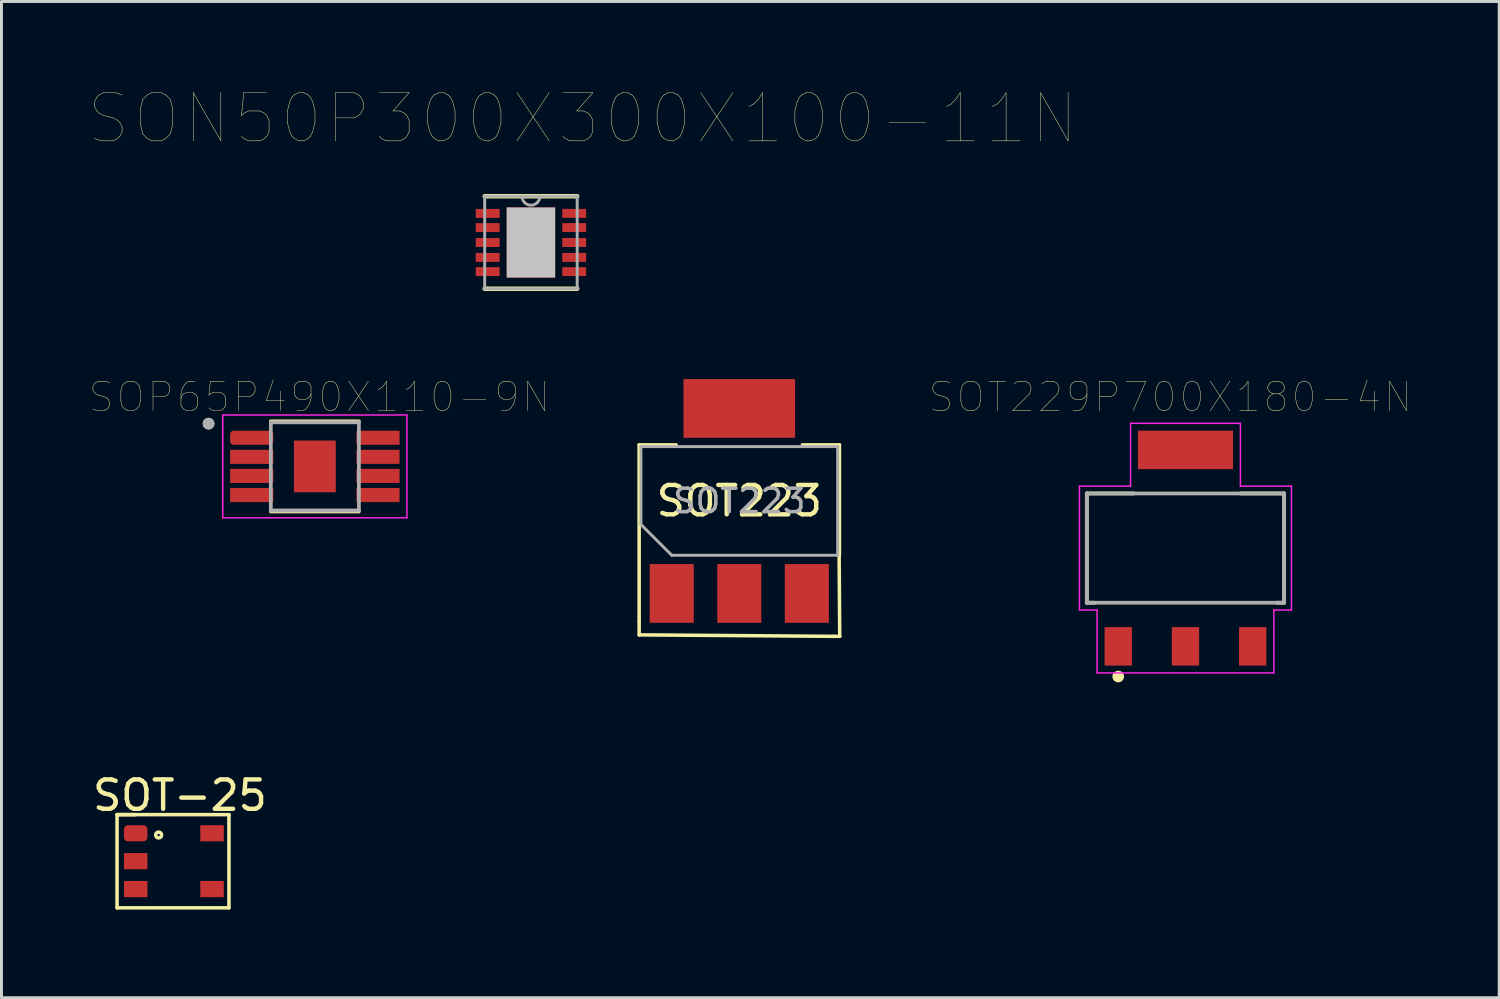
<source format=kicad_pcb>
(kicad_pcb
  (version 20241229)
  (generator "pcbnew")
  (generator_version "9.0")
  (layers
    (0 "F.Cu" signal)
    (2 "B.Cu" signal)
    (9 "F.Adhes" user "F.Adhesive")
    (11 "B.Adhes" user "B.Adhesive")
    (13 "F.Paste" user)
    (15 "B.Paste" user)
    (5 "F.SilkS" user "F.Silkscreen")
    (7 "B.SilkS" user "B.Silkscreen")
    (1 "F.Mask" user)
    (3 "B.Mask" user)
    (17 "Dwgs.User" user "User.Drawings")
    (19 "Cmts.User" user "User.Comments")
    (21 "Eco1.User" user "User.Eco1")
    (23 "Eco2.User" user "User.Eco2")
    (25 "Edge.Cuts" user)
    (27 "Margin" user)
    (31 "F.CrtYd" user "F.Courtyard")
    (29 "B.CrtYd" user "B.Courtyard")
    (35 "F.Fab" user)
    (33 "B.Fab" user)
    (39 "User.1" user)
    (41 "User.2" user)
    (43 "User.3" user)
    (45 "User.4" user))
  (footprint "SOP65P490X110-9N"
    (layer "F.Cu")
    (at 7.672 12.832)
    (property "Reference" "SOP65P490X110-9N" (at 0.155 -2.362 0) (layer "F.SilkS") (effects (font (size 1 1) (thickness 0.015))))
    (attr through_hole)
    (fp_line (start -1.5 -1.535) (end 1.5 -1.535) (stroke (width 0.127) (type solid)) (layer "F.SilkS"))
    (fp_line (start -1.5 1.535) (end 1.5 1.535) (stroke (width 0.127) (type solid)) (layer "F.SilkS"))
    (fp_circle (center -3.62 -1.455) (end -3.52 -1.455) (stroke (width 0.2) (type solid)) (fill no) (layer "F.SilkS"))
    (fp_poly (pts (xy -0.356 -0.44) (xy 0.356 -0.44) (xy 0.356 0.44) (xy -0.356 0.44)) (stroke (width 0.01) (type solid)) (fill yes) (layer "F.Paste"))
    (fp_line (start -3.135 -1.75) (end -3.135 1.75) (stroke (width 0.05) (type solid)) (layer "F.CrtYd"))
    (fp_line (start -3.135 -1.75) (end 3.135 -1.75) (stroke (width 0.05) (type solid)) (layer "F.CrtYd"))
    (fp_line (start -3.135 1.75) (end 3.135 1.75) (stroke (width 0.05) (type solid)) (layer "F.CrtYd"))
    (fp_line (start 3.135 -1.75) (end 3.135 1.75) (stroke (width 0.05) (type solid)) (layer "F.CrtYd"))
    (fp_line (start -1.5 -1.5) (end -1.5 1.5) (stroke (width 0.127) (type solid)) (layer "F.Fab"))
    (fp_line (start -1.5 -1.5) (end 1.5 -1.5) (stroke (width 0.127) (type solid)) (layer "F.Fab"))
    (fp_line (start -1.5 1.5) (end 1.5 1.5) (stroke (width 0.127) (type solid)) (layer "F.Fab"))
    (fp_line (start 1.5 -1.5) (end 1.5 1.5) (stroke (width 0.127) (type solid)) (layer "F.Fab"))
    (fp_circle (center -3.62 -1.455) (end -3.52 -1.455) (stroke (width 0.2) (type solid)) (fill no) (layer "F.Fab"))
    (pad "1" smd roundrect (at -2.15 -0.975) (size 1.47 0.48) (layers "F.Cu" "F.Mask" "F.Paste") (roundrect_rratio 0.25))
    (pad "2" smd rect (at -2.15 -0.325) (size 1.47 0.48) (layers "F.Cu" "F.Mask" "F.Paste"))
    (pad "3" smd rect (at -2.15 0.325) (size 1.47 0.48) (layers "F.Cu" "F.Mask" "F.Paste"))
    (pad "4" smd rect (at -2.15 0.975) (size 1.47 0.48) (layers "F.Cu" "F.Mask" "F.Paste"))
    (pad "5" smd rect (at 2.15 0.975) (size 1.47 0.48) (layers "F.Cu" "F.Mask" "F.Paste"))
    (pad "6" smd rect (at 2.15 0.325) (size 1.47 0.48) (layers "F.Cu" "F.Mask" "F.Paste"))
    (pad "7" smd rect (at 2.15 -0.325) (size 1.47 0.48) (layers "F.Cu" "F.Mask" "F.Paste"))
    (pad "8" smd rect (at 2.15 -0.975) (size 1.47 0.48) (layers "F.Cu" "F.Mask" "F.Paste"))
    (pad "9" smd rect (at 0 0) (size 1.425 1.76) (layers "F.Cu" "F.Mask")))
  (footprint "SOT223"
    (layer "F.Cu")
    (at 22.125 14.009)
    (property "Reference" "SOT223" (at 0 0 0) (layer "F.SilkS") (effects (font (size 1 1) (thickness 0.15))))
    (fp_line (start -3.41 -1.91) (end -2.15 -1.91) (stroke (width 0.12) (type solid)) (layer "F.SilkS"))
    (fp_line (start -3.41 4.1) (end -3.41 -1.91) (stroke (width 0.12) (type solid)) (layer "F.SilkS"))
    (fp_line (start -3.41 4.11) (end -3.41 4.56) (stroke (width 0.12) (type solid)) (layer "F.SilkS"))
    (fp_line (start -3.41 4.56) (end 3.23 4.61) (stroke (width 0.12) (type solid)) (layer "F.SilkS"))
    (fp_line (start 3.4 1.85) (end 3.42 4.61) (stroke (width 0.12) (type solid)) (layer "F.SilkS"))
    (fp_line (start 3.41 -1.91) (end 2.15 -1.91) (stroke (width 0.12) (type solid)) (layer "F.SilkS"))
    (fp_line (start 3.41 1.85) (end 3.41 -1.91) (stroke (width 0.12) (type solid)) (layer "F.SilkS"))
    (fp_line (start 3.42 4.61) (end 3.23 4.61) (stroke (width 0.12) (type solid)) (layer "F.SilkS"))
    (fp_line (start -3.35 -1.85) (end 3.35 -1.85) (stroke (width 0.1) (type solid)) (layer "F.Fab"))
    (fp_line (start -3.35 0.8) (end -3.35 -1.85) (stroke (width 0.1) (type solid)) (layer "F.Fab"))
    (fp_line (start -2.3 1.85) (end -3.35 0.8) (stroke (width 0.1) (type solid)) (layer "F.Fab"))
    (fp_line (start -2.3 1.85) (end 3.35 1.85) (stroke (width 0.1) (type solid)) (layer "F.Fab"))
    (fp_line (start 3.35 1.85) (end 3.35 -1.85) (stroke (width 0.1) (type solid)) (layer "F.Fab"))
    (fp_text user "${REFERENCE}" (at 0 0 180) (layer "F.Fab") (effects (font (size 0.8 0.8) (thickness 0.12))))
    (pad "1" smd rect (at -2.3 3.15 90) (size 2 1.5) (layers "F.Cu" "F.Mask" "F.Paste"))
    (pad "2" smd rect (at 0 3.15 90) (size 2 1.5) (layers "F.Cu" "F.Mask" "F.Paste"))
    (pad "3" smd rect (at 2.3 3.15 90) (size 2 1.5) (layers "F.Cu" "F.Mask" "F.Paste"))
    (pad "4" smd rect (at 0 -3.15 90) (size 2 3.8) (layers "F.Cu" "F.Mask" "F.Paste")))
  (footprint "SOT229P700X180-4N"
    (layer "F.Cu")
    (at 37.319 15.615)
    (property "Reference" "SOT229P700X180-4N" (at -0.516 -5.144 0) (layer "F.SilkS") (effects (font (size 1.002 1.002) (thickness 0.015))))
    (attr through_hole)
    (fp_line (start -3.36 1.86) (end -3.36 -1.86) (stroke (width 0.127) (type solid)) (layer "F.SilkS"))
    (fp_line (start -3.36 1.86) (end -3.1 1.86) (stroke (width 0.127) (type solid)) (layer "F.SilkS"))
    (fp_line (start -1.76 -1.86) (end -3.36 -1.86) (stroke (width 0.127) (type solid)) (layer "F.SilkS"))
    (fp_line (start 3.11 1.86) (end 3.36 1.86) (stroke (width 0.127) (type solid)) (layer "F.SilkS"))
    (fp_line (start 3.36 -1.86) (end 1.87 -1.86) (stroke (width 0.127) (type solid)) (layer "F.SilkS"))
    (fp_line (start 3.36 1.86) (end 3.36 -1.86) (stroke (width 0.127) (type solid)) (layer "F.SilkS"))
    (fp_circle (center -2.29 4.373) (end -2.19 4.373) (stroke (width 0.2) (type solid)) (fill no) (layer "F.SilkS"))
    (fp_line (start -3.61 -2.11) (end -3.61 2.11) (stroke (width 0.05) (type solid)) (layer "F.CrtYd"))
    (fp_line (start -3.61 2.11) (end -3.01 2.11) (stroke (width 0.05) (type solid)) (layer "F.CrtYd"))
    (fp_line (start -3.01 2.11) (end -3.01 4.25) (stroke (width 0.05) (type solid)) (layer "F.CrtYd"))
    (fp_line (start -3.01 4.25) (end 3.01 4.25) (stroke (width 0.05) (type solid)) (layer "F.CrtYd"))
    (fp_line (start -1.87 -4.25) (end -1.87 -2.11) (stroke (width 0.05) (type solid)) (layer "F.CrtYd"))
    (fp_line (start -1.87 -2.11) (end -3.61 -2.11) (stroke (width 0.05) (type solid)) (layer "F.CrtYd"))
    (fp_line (start 1.87 -4.25) (end -1.87 -4.25) (stroke (width 0.05) (type solid)) (layer "F.CrtYd"))
    (fp_line (start 1.87 -2.11) (end 1.87 -4.25) (stroke (width 0.05) (type solid)) (layer "F.CrtYd"))
    (fp_line (start 3.01 2.11) (end 3.61 2.11) (stroke (width 0.05) (type solid)) (layer "F.CrtYd"))
    (fp_line (start 3.01 4.25) (end 3.01 2.11) (stroke (width 0.05) (type solid)) (layer "F.CrtYd"))
    (fp_line (start 3.61 -2.11) (end 1.87 -2.11) (stroke (width 0.05) (type solid)) (layer "F.CrtYd"))
    (fp_line (start 3.61 2.11) (end 3.61 -2.11) (stroke (width 0.05) (type solid)) (layer "F.CrtYd"))
    (fp_line (start -3.36 -1.86) (end 3.36 -1.86) (stroke (width 0.127) (type solid)) (layer "F.Fab"))
    (fp_line (start -3.36 1.86) (end -3.36 -1.86) (stroke (width 0.127) (type solid)) (layer "F.Fab"))
    (fp_line (start 3.36 -1.86) (end 3.36 1.86) (stroke (width 0.127) (type solid)) (layer "F.Fab"))
    (fp_line (start 3.36 1.86) (end -3.36 1.86) (stroke (width 0.127) (type solid)) (layer "F.Fab"))
    (pad "1" smd rect (at -2.29 3.345) (size 0.93 1.31) (layers "F.Cu" "F.Mask" "F.Paste"))
    (pad "2" smd rect (at 0 3.345) (size 0.93 1.31) (layers "F.Cu" "F.Mask" "F.Paste"))
    (pad "3" smd rect (at 2.29 3.345) (size 0.93 1.31) (layers "F.Cu" "F.Mask" "F.Paste"))
    (pad "4" smd rect (at 0 -3.345) (size 3.24 1.31) (layers "F.Cu" "F.Mask" "F.Paste")))
  (footprint "SOT-25"
    (layer "F.Cu")
    (at 2.841 26.27)
    (property "Reference" "SOT-25" (at 0.236 -2.233 0) (layer "F.SilkS") (effects (font (size 1 1) (thickness 0.15))))
    (fp_line (start -1.905 -1.58) (end -1.27 -1.58) (stroke (width 0.12) (type solid)) (layer "F.SilkS"))
    (fp_line (start -1.905 -1.58) (end 1.905 -1.58) (stroke (width 0.12) (type solid)) (layer "F.SilkS"))
    (fp_line (start -1.905 1.595) (end -1.905 -1.58) (stroke (width 0.12) (type solid)) (layer "F.SilkS"))
    (fp_line (start 1.905 -1.58) (end 1.905 1.595) (stroke (width 0.12) (type solid)) (layer "F.SilkS"))
    (fp_line (start 1.905 1.595) (end -1.905 1.595) (stroke (width 0.12) (type solid)) (layer "F.SilkS"))
    (fp_circle (center -0.49 -0.885) (end -0.57 -0.945) (stroke (width 0.12) (type solid)) (fill no) (layer "F.SilkS"))
    (pad "1" smd roundrect (at -1.27 -0.945 90) (size 0.55 0.8) (layers "F.Cu" "F.Mask" "F.Paste") (roundrect_rratio 0.25))
    (pad "2" smd rect (at -1.27 0.005 90) (size 0.55 0.8) (layers "F.Cu" "F.Mask" "F.Paste"))
    (pad "3" smd rect (at -1.27 0.955 90) (size 0.55 0.8) (layers "F.Cu" "F.Mask" "F.Paste"))
    (pad "4" smd rect (at 1.33 0.955 90) (size 0.55 0.8) (layers "F.Cu" "F.Mask" "F.Paste"))
    (pad "5" smd rect (at 1.33 -0.945 90) (size 0.55 0.8) (layers "F.Cu" "F.Mask" "F.Paste")))
  (footprint "SON50P300X300X100-11N"
    (layer "F.Cu")
    (at 15.03 5.208)
    (property "Reference" "SON50P300X300X100-11N" (at 1.755 -4.221 0) (layer "F.SilkS") (effects (font (size 1.642 1.642) (thickness 0.015))))
    (fp_line (start -1.575 1.575) (end 1.575 1.575) (stroke (width 0.152) (type solid)) (layer "F.SilkS"))
    (fp_line (start 1.575 -1.575) (end -1.575 -1.575) (stroke (width 0.152) (type solid)) (layer "F.SilkS"))
    (fp_line (start -1.575 -1.575) (end -1.575 1.575) (stroke (width 0.1) (type solid)) (layer "F.Fab"))
    (fp_line (start -1.575 1.575) (end 1.575 1.575) (stroke (width 0.1) (type solid)) (layer "F.Fab"))
    (fp_line (start -0.305 -1.575) (end -1.575 -1.575) (stroke (width 0.1) (type solid)) (layer "F.Fab"))
    (fp_line (start 0.305 -1.575) (end -0.305 -1.575) (stroke (width 0.1) (type solid)) (layer "F.Fab"))
    (fp_line (start 1.575 -1.575) (end 0.305 -1.575) (stroke (width 0.1) (type solid)) (layer "F.Fab"))
    (fp_line (start 1.575 1.575) (end 1.575 -1.575) (stroke (width 0.1) (type solid)) (layer "F.Fab"))
    (fp_arc (start 0.3048 -1.5748) (mid 0 -1.27) (end -0.3048 -1.5748) (stroke (width 0.1) (type solid)) (layer "F.Fab"))
    (pad "1" smd rect (at -1.473 -0.991) (size 0.813 0.305) (layers "F.Cu" "F.Mask" "F.Paste"))
    (pad "2" smd rect (at -1.473 -0.508) (size 0.813 0.305) (layers "F.Cu" "F.Mask" "F.Paste"))
    (pad "3" smd rect (at -1.473 0) (size 0.813 0.305) (layers "F.Cu" "F.Mask" "F.Paste"))
    (pad "4" smd rect (at -1.473 0.508) (size 0.813 0.305) (layers "F.Cu" "F.Mask" "F.Paste"))
    (pad "5" smd rect (at -1.473 0.991) (size 0.813 0.305) (layers "F.Cu" "F.Mask" "F.Paste"))
    (pad "6" smd rect (at 1.473 0.991) (size 0.813 0.305) (layers "F.Cu" "F.Mask" "F.Paste"))
    (pad "7" smd rect (at 1.473 0.508) (size 0.813 0.305) (layers "F.Cu" "F.Mask" "F.Paste"))
    (pad "8" smd rect (at 1.473 0) (size 0.813 0.305) (layers "F.Cu" "F.Mask" "F.Paste"))
    (pad "9" smd rect (at 1.473 -0.508) (size 0.813 0.305) (layers "F.Cu" "F.Mask" "F.Paste"))
    (pad "10" smd rect (at 1.473 -0.991) (size 0.813 0.305) (layers "F.Cu" "F.Mask" "F.Paste"))
    (pad "11" smd rect (at 0 0) (size 1.651 2.388) (layers "F.Cu" "F.Mask" "F.Paste" "Dwgs.User")))
  (gr_rect
    (start -3 -3)
    (end 48.002 30.925)
    (stroke (width 0.1) (type default))
    (fill no)
    (layer "Edge.Cuts")))
</source>
